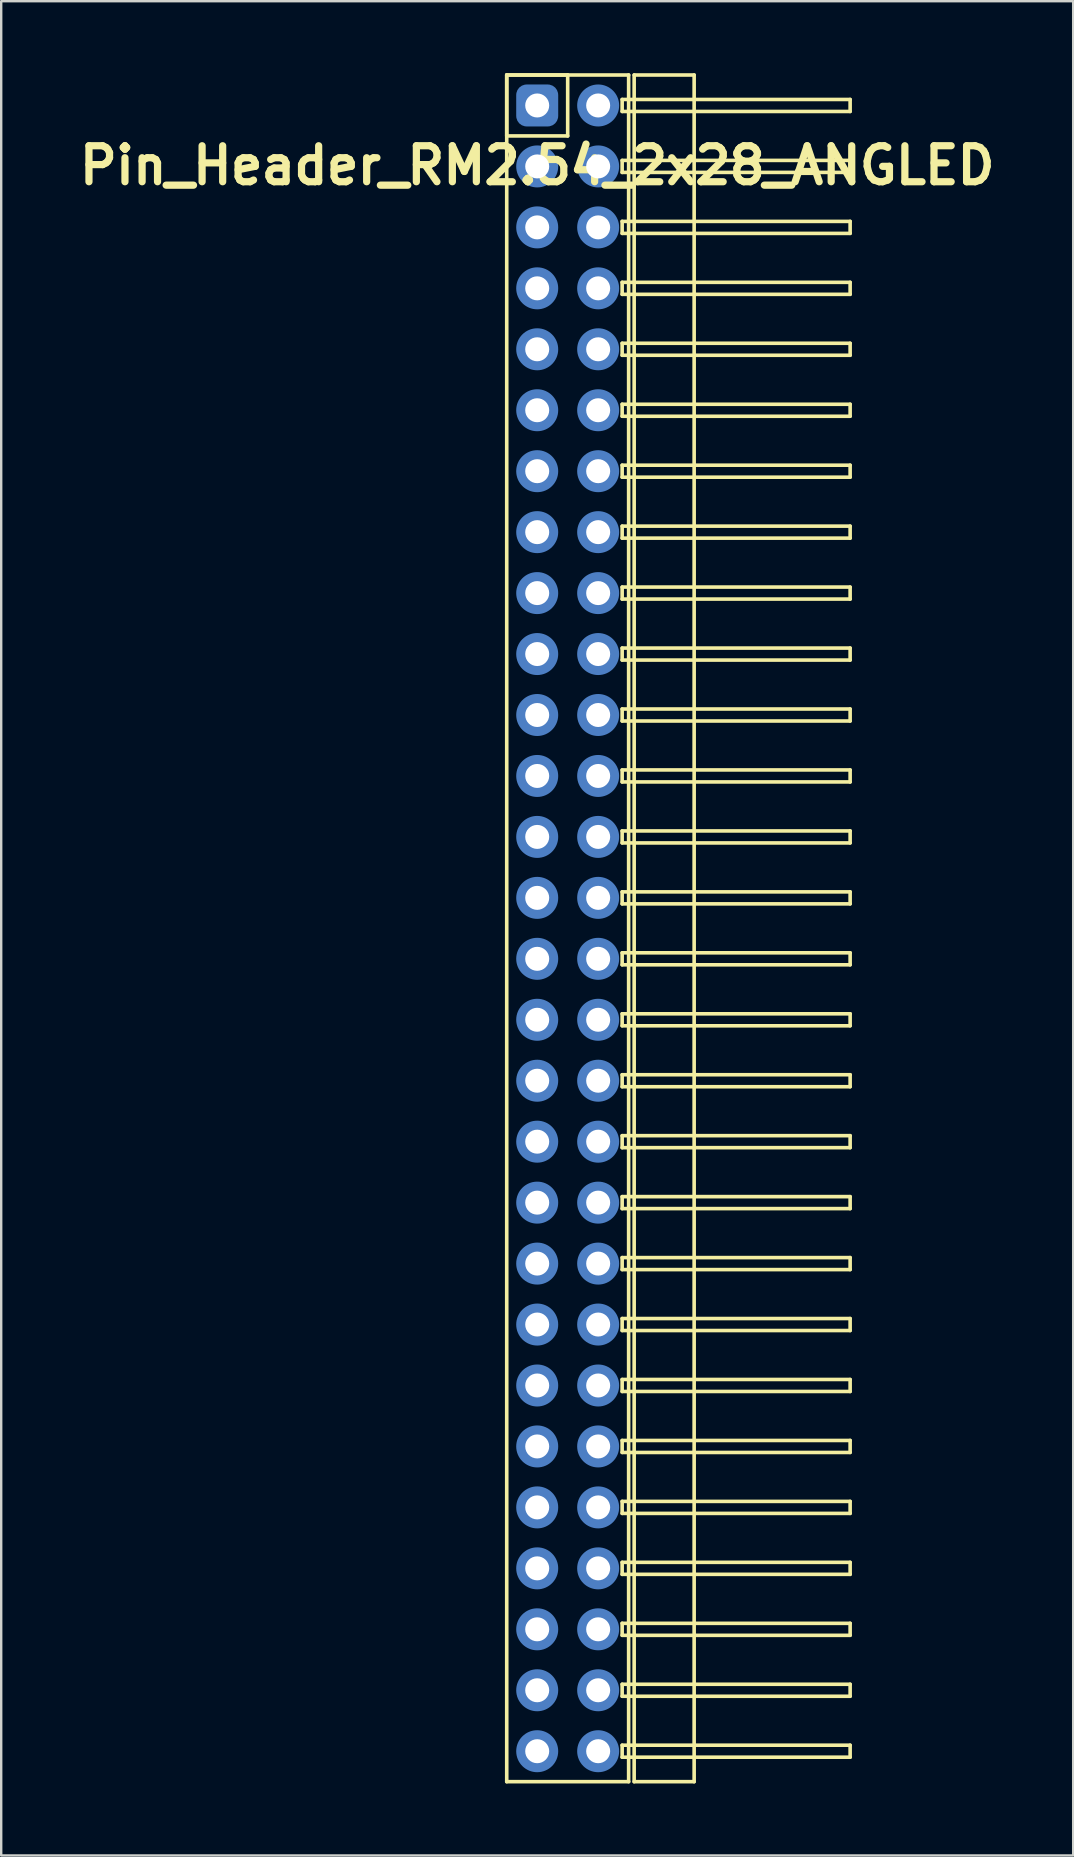
<source format=kicad_pcb>
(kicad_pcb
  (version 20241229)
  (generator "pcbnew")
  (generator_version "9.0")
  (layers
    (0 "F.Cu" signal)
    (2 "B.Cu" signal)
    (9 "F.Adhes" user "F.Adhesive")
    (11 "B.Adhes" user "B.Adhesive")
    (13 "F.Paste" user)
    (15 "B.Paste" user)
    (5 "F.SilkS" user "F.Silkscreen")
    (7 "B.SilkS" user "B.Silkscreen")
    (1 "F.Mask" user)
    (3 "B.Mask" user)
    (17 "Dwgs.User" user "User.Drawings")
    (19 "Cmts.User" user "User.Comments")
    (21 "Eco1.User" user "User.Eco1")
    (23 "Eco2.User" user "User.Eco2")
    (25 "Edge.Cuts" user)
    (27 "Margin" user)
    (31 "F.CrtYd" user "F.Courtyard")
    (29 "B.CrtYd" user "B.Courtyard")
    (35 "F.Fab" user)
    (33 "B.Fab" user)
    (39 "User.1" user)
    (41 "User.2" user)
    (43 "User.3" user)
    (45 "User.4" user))
  (footprint "Pin_Header_RM2.54_2x28_ANGLED"
    (layer "F.Cu")
    (at 19.336 1.345)
    (property "Reference" "Pin_Header_RM2.54_2x28_ANGLED" (at 0 2.5 0) (layer "F.SilkS") (effects (font (size 1.5 1.5) (thickness 0.3))))
    (attr through_hole)
    (fp_line (start -1.27 -1.27) (end 1.27 -1.27) (stroke (width 0.15) (type solid)) (layer "F.SilkS"))
    (fp_line (start -1.27 -1.27) (end 3.81 -1.27) (stroke (width 0.15) (type solid)) (layer "F.SilkS"))
    (fp_line (start -1.27 1.27) (end -1.27 -1.27) (stroke (width 0.15) (type solid)) (layer "F.SilkS"))
    (fp_line (start -1.27 69.85) (end -1.27 -1.27) (stroke (width 0.15) (type solid)) (layer "F.SilkS"))
    (fp_line (start 1.27 -1.27) (end 1.27 1.27) (stroke (width 0.15) (type solid)) (layer "F.SilkS"))
    (fp_line (start 1.27 1.27) (end -1.27 1.27) (stroke (width 0.15) (type solid)) (layer "F.SilkS"))
    (fp_line (start 3.54 -0.25) (end 13.04 -0.25) (stroke (width 0.15) (type solid)) (layer "F.SilkS"))
    (fp_line (start 3.54 0.25) (end 3.54 -0.25) (stroke (width 0.15) (type solid)) (layer "F.SilkS"))
    (fp_line (start 3.54 2.29) (end 13.04 2.29) (stroke (width 0.15) (type solid)) (layer "F.SilkS"))
    (fp_line (start 3.54 2.79) (end 3.54 2.29) (stroke (width 0.15) (type solid)) (layer "F.SilkS"))
    (fp_line (start 3.54 4.83) (end 13.04 4.83) (stroke (width 0.15) (type solid)) (layer "F.SilkS"))
    (fp_line (start 3.54 5.33) (end 3.54 4.83) (stroke (width 0.15) (type solid)) (layer "F.SilkS"))
    (fp_line (start 3.54 7.37) (end 13.04 7.37) (stroke (width 0.15) (type solid)) (layer "F.SilkS"))
    (fp_line (start 3.54 7.87) (end 3.54 7.37) (stroke (width 0.15) (type solid)) (layer "F.SilkS"))
    (fp_line (start 3.54 9.91) (end 13.04 9.91) (stroke (width 0.15) (type solid)) (layer "F.SilkS"))
    (fp_line (start 3.54 10.41) (end 3.54 9.91) (stroke (width 0.15) (type solid)) (layer "F.SilkS"))
    (fp_line (start 3.54 12.45) (end 13.04 12.45) (stroke (width 0.15) (type solid)) (layer "F.SilkS"))
    (fp_line (start 3.54 12.95) (end 3.54 12.45) (stroke (width 0.15) (type solid)) (layer "F.SilkS"))
    (fp_line (start 3.54 14.99) (end 13.04 14.99) (stroke (width 0.15) (type solid)) (layer "F.SilkS"))
    (fp_line (start 3.54 15.49) (end 3.54 14.99) (stroke (width 0.15) (type solid)) (layer "F.SilkS"))
    (fp_line (start 3.54 17.53) (end 13.04 17.53) (stroke (width 0.15) (type solid)) (layer "F.SilkS"))
    (fp_line (start 3.54 18.03) (end 3.54 17.53) (stroke (width 0.15) (type solid)) (layer "F.SilkS"))
    (fp_line (start 3.54 20.07) (end 13.04 20.07) (stroke (width 0.15) (type solid)) (layer "F.SilkS"))
    (fp_line (start 3.54 20.57) (end 3.54 20.07) (stroke (width 0.15) (type solid)) (layer "F.SilkS"))
    (fp_line (start 3.54 22.61) (end 13.04 22.61) (stroke (width 0.15) (type solid)) (layer "F.SilkS"))
    (fp_line (start 3.54 23.11) (end 3.54 22.61) (stroke (width 0.15) (type solid)) (layer "F.SilkS"))
    (fp_line (start 3.54 25.15) (end 13.04 25.15) (stroke (width 0.15) (type solid)) (layer "F.SilkS"))
    (fp_line (start 3.54 25.65) (end 3.54 25.15) (stroke (width 0.15) (type solid)) (layer "F.SilkS"))
    (fp_line (start 3.54 27.69) (end 13.04 27.69) (stroke (width 0.15) (type solid)) (layer "F.SilkS"))
    (fp_line (start 3.54 28.19) (end 3.54 27.69) (stroke (width 0.15) (type solid)) (layer "F.SilkS"))
    (fp_line (start 3.54 30.23) (end 13.04 30.23) (stroke (width 0.15) (type solid)) (layer "F.SilkS"))
    (fp_line (start 3.54 30.73) (end 3.54 30.23) (stroke (width 0.15) (type solid)) (layer "F.SilkS"))
    (fp_line (start 3.54 32.77) (end 13.04 32.77) (stroke (width 0.15) (type solid)) (layer "F.SilkS"))
    (fp_line (start 3.54 33.27) (end 3.54 32.77) (stroke (width 0.15) (type solid)) (layer "F.SilkS"))
    (fp_line (start 3.54 35.31) (end 13.04 35.31) (stroke (width 0.15) (type solid)) (layer "F.SilkS"))
    (fp_line (start 3.54 35.81) (end 3.54 35.31) (stroke (width 0.15) (type solid)) (layer "F.SilkS"))
    (fp_line (start 3.54 37.85) (end 13.04 37.85) (stroke (width 0.15) (type solid)) (layer "F.SilkS"))
    (fp_line (start 3.54 38.35) (end 3.54 37.85) (stroke (width 0.15) (type solid)) (layer "F.SilkS"))
    (fp_line (start 3.54 40.39) (end 13.04 40.39) (stroke (width 0.15) (type solid)) (layer "F.SilkS"))
    (fp_line (start 3.54 40.89) (end 3.54 40.39) (stroke (width 0.15) (type solid)) (layer "F.SilkS"))
    (fp_line (start 3.54 42.93) (end 13.04 42.93) (stroke (width 0.15) (type solid)) (layer "F.SilkS"))
    (fp_line (start 3.54 43.43) (end 3.54 42.93) (stroke (width 0.15) (type solid)) (layer "F.SilkS"))
    (fp_line (start 3.54 45.47) (end 13.04 45.47) (stroke (width 0.15) (type solid)) (layer "F.SilkS"))
    (fp_line (start 3.54 45.97) (end 3.54 45.47) (stroke (width 0.15) (type solid)) (layer "F.SilkS"))
    (fp_line (start 3.54 48.01) (end 13.04 48.01) (stroke (width 0.15) (type solid)) (layer "F.SilkS"))
    (fp_line (start 3.54 48.51) (end 3.54 48.01) (stroke (width 0.15) (type solid)) (layer "F.SilkS"))
    (fp_line (start 3.54 50.55) (end 13.04 50.55) (stroke (width 0.15) (type solid)) (layer "F.SilkS"))
    (fp_line (start 3.54 51.05) (end 3.54 50.55) (stroke (width 0.15) (type solid)) (layer "F.SilkS"))
    (fp_line (start 3.54 53.09) (end 13.04 53.09) (stroke (width 0.15) (type solid)) (layer "F.SilkS"))
    (fp_line (start 3.54 53.59) (end 3.54 53.09) (stroke (width 0.15) (type solid)) (layer "F.SilkS"))
    (fp_line (start 3.54 55.63) (end 13.04 55.63) (stroke (width 0.15) (type solid)) (layer "F.SilkS"))
    (fp_line (start 3.54 56.13) (end 3.54 55.63) (stroke (width 0.15) (type solid)) (layer "F.SilkS"))
    (fp_line (start 3.54 58.17) (end 13.04 58.17) (stroke (width 0.15) (type solid)) (layer "F.SilkS"))
    (fp_line (start 3.54 58.67) (end 3.54 58.17) (stroke (width 0.15) (type solid)) (layer "F.SilkS"))
    (fp_line (start 3.54 60.71) (end 13.04 60.71) (stroke (width 0.15) (type solid)) (layer "F.SilkS"))
    (fp_line (start 3.54 61.21) (end 3.54 60.71) (stroke (width 0.15) (type solid)) (layer "F.SilkS"))
    (fp_line (start 3.54 63.25) (end 13.04 63.25) (stroke (width 0.15) (type solid)) (layer "F.SilkS"))
    (fp_line (start 3.54 63.75) (end 3.54 63.25) (stroke (width 0.15) (type solid)) (layer "F.SilkS"))
    (fp_line (start 3.54 65.79) (end 13.04 65.79) (stroke (width 0.15) (type solid)) (layer "F.SilkS"))
    (fp_line (start 3.54 66.29) (end 3.54 65.79) (stroke (width 0.15) (type solid)) (layer "F.SilkS"))
    (fp_line (start 3.54 68.33) (end 13.04 68.33) (stroke (width 0.15) (type solid)) (layer "F.SilkS"))
    (fp_line (start 3.54 68.83) (end 3.54 68.33) (stroke (width 0.15) (type solid)) (layer "F.SilkS"))
    (fp_line (start 3.81 -1.27) (end 3.81 69.85) (stroke (width 0.15) (type solid)) (layer "F.SilkS"))
    (fp_line (start 3.81 69.85) (end -1.27 69.85) (stroke (width 0.15) (type solid)) (layer "F.SilkS"))
    (fp_line (start 4.04 -1.27) (end 6.54 -1.27) (stroke (width 0.15) (type solid)) (layer "F.SilkS"))
    (fp_line (start 4.04 69.85) (end 4.04 -1.27) (stroke (width 0.15) (type solid)) (layer "F.SilkS"))
    (fp_line (start 6.54 -1.27) (end 6.54 69.85) (stroke (width 0.15) (type solid)) (layer "F.SilkS"))
    (fp_line (start 6.54 69.85) (end 4.04 69.85) (stroke (width 0.15) (type solid)) (layer "F.SilkS"))
    (fp_line (start 13.04 -0.25) (end 13.04 0.25) (stroke (width 0.15) (type solid)) (layer "F.SilkS"))
    (fp_line (start 13.04 0.25) (end 3.54 0.25) (stroke (width 0.15) (type solid)) (layer "F.SilkS"))
    (fp_line (start 13.04 2.29) (end 13.04 2.79) (stroke (width 0.15) (type solid)) (layer "F.SilkS"))
    (fp_line (start 13.04 2.79) (end 3.54 2.79) (stroke (width 0.15) (type solid)) (layer "F.SilkS"))
    (fp_line (start 13.04 4.83) (end 13.04 5.33) (stroke (width 0.15) (type solid)) (layer "F.SilkS"))
    (fp_line (start 13.04 5.33) (end 3.54 5.33) (stroke (width 0.15) (type solid)) (layer "F.SilkS"))
    (fp_line (start 13.04 7.37) (end 13.04 7.87) (stroke (width 0.15) (type solid)) (layer "F.SilkS"))
    (fp_line (start 13.04 7.87) (end 3.54 7.87) (stroke (width 0.15) (type solid)) (layer "F.SilkS"))
    (fp_line (start 13.04 9.91) (end 13.04 10.41) (stroke (width 0.15) (type solid)) (layer "F.SilkS"))
    (fp_line (start 13.04 10.41) (end 3.54 10.41) (stroke (width 0.15) (type solid)) (layer "F.SilkS"))
    (fp_line (start 13.04 12.45) (end 13.04 12.95) (stroke (width 0.15) (type solid)) (layer "F.SilkS"))
    (fp_line (start 13.04 12.95) (end 3.54 12.95) (stroke (width 0.15) (type solid)) (layer "F.SilkS"))
    (fp_line (start 13.04 14.99) (end 13.04 15.49) (stroke (width 0.15) (type solid)) (layer "F.SilkS"))
    (fp_line (start 13.04 15.49) (end 3.54 15.49) (stroke (width 0.15) (type solid)) (layer "F.SilkS"))
    (fp_line (start 13.04 17.53) (end 13.04 18.03) (stroke (width 0.15) (type solid)) (layer "F.SilkS"))
    (fp_line (start 13.04 18.03) (end 3.54 18.03) (stroke (width 0.15) (type solid)) (layer "F.SilkS"))
    (fp_line (start 13.04 20.07) (end 13.04 20.57) (stroke (width 0.15) (type solid)) (layer "F.SilkS"))
    (fp_line (start 13.04 20.57) (end 3.54 20.57) (stroke (width 0.15) (type solid)) (layer "F.SilkS"))
    (fp_line (start 13.04 22.61) (end 13.04 23.11) (stroke (width 0.15) (type solid)) (layer "F.SilkS"))
    (fp_line (start 13.04 23.11) (end 3.54 23.11) (stroke (width 0.15) (type solid)) (layer "F.SilkS"))
    (fp_line (start 13.04 25.15) (end 13.04 25.65) (stroke (width 0.15) (type solid)) (layer "F.SilkS"))
    (fp_line (start 13.04 25.65) (end 3.54 25.65) (stroke (width 0.15) (type solid)) (layer "F.SilkS"))
    (fp_line (start 13.04 27.69) (end 13.04 28.19) (stroke (width 0.15) (type solid)) (layer "F.SilkS"))
    (fp_line (start 13.04 28.19) (end 3.54 28.19) (stroke (width 0.15) (type solid)) (layer "F.SilkS"))
    (fp_line (start 13.04 30.23) (end 13.04 30.73) (stroke (width 0.15) (type solid)) (layer "F.SilkS"))
    (fp_line (start 13.04 30.73) (end 3.54 30.73) (stroke (width 0.15) (type solid)) (layer "F.SilkS"))
    (fp_line (start 13.04 32.77) (end 13.04 33.27) (stroke (width 0.15) (type solid)) (layer "F.SilkS"))
    (fp_line (start 13.04 33.27) (end 3.54 33.27) (stroke (width 0.15) (type solid)) (layer "F.SilkS"))
    (fp_line (start 13.04 35.31) (end 13.04 35.81) (stroke (width 0.15) (type solid)) (layer "F.SilkS"))
    (fp_line (start 13.04 35.81) (end 3.54 35.81) (stroke (width 0.15) (type solid)) (layer "F.SilkS"))
    (fp_line (start 13.04 37.85) (end 13.04 38.35) (stroke (width 0.15) (type solid)) (layer "F.SilkS"))
    (fp_line (start 13.04 38.35) (end 3.54 38.35) (stroke (width 0.15) (type solid)) (layer "F.SilkS"))
    (fp_line (start 13.04 40.39) (end 13.04 40.89) (stroke (width 0.15) (type solid)) (layer "F.SilkS"))
    (fp_line (start 13.04 40.89) (end 3.54 40.89) (stroke (width 0.15) (type solid)) (layer "F.SilkS"))
    (fp_line (start 13.04 42.93) (end 13.04 43.43) (stroke (width 0.15) (type solid)) (layer "F.SilkS"))
    (fp_line (start 13.04 43.43) (end 3.54 43.43) (stroke (width 0.15) (type solid)) (layer "F.SilkS"))
    (fp_line (start 13.04 45.47) (end 13.04 45.97) (stroke (width 0.15) (type solid)) (layer "F.SilkS"))
    (fp_line (start 13.04 45.97) (end 3.54 45.97) (stroke (width 0.15) (type solid)) (layer "F.SilkS"))
    (fp_line (start 13.04 48.01) (end 13.04 48.51) (stroke (width 0.15) (type solid)) (layer "F.SilkS"))
    (fp_line (start 13.04 48.51) (end 3.54 48.51) (stroke (width 0.15) (type solid)) (layer "F.SilkS"))
    (fp_line (start 13.04 50.55) (end 13.04 51.05) (stroke (width 0.15) (type solid)) (layer "F.SilkS"))
    (fp_line (start 13.04 51.05) (end 3.54 51.05) (stroke (width 0.15) (type solid)) (layer "F.SilkS"))
    (fp_line (start 13.04 53.09) (end 13.04 53.59) (stroke (width 0.15) (type solid)) (layer "F.SilkS"))
    (fp_line (start 13.04 53.59) (end 3.54 53.59) (stroke (width 0.15) (type solid)) (layer "F.SilkS"))
    (fp_line (start 13.04 55.63) (end 13.04 56.13) (stroke (width 0.15) (type solid)) (layer "F.SilkS"))
    (fp_line (start 13.04 56.13) (end 3.54 56.13) (stroke (width 0.15) (type solid)) (layer "F.SilkS"))
    (fp_line (start 13.04 58.17) (end 13.04 58.67) (stroke (width 0.15) (type solid)) (layer "F.SilkS"))
    (fp_line (start 13.04 58.67) (end 3.54 58.67) (stroke (width 0.15) (type solid)) (layer "F.SilkS"))
    (fp_line (start 13.04 60.71) (end 13.04 61.21) (stroke (width 0.15) (type solid)) (layer "F.SilkS"))
    (fp_line (start 13.04 61.21) (end 3.54 61.21) (stroke (width 0.15) (type solid)) (layer "F.SilkS"))
    (fp_line (start 13.04 63.25) (end 13.04 63.75) (stroke (width 0.15) (type solid)) (layer "F.SilkS"))
    (fp_line (start 13.04 63.75) (end 3.54 63.75) (stroke (width 0.15) (type solid)) (layer "F.SilkS"))
    (fp_line (start 13.04 65.79) (end 13.04 66.29) (stroke (width 0.15) (type solid)) (layer "F.SilkS"))
    (fp_line (start 13.04 66.29) (end 3.54 66.29) (stroke (width 0.15) (type solid)) (layer "F.SilkS"))
    (fp_line (start 13.04 68.33) (end 13.04 68.83) (stroke (width 0.15) (type solid)) (layer "F.SilkS"))
    (fp_line (start 13.04 68.83) (end 3.54 68.83) (stroke (width 0.15) (type solid)) (layer "F.SilkS"))
    (pad "1" thru_hole circle (at 0 0) (size 1.3 1.3) (drill 1) (layers "*.Cu" "*.Mask"))
    (pad "1" smd roundrect (at 0 0) (size 1.5 1.5) (layers "F.Cu" "F.Mask") (roundrect_rratio 0.25))
    (pad "1" smd roundrect (at 0 0) (size 1.75 1.75) (layers "B.Cu" "B.Mask") (roundrect_rratio 0.25))
    (pad "2" thru_hole circle (at 2.54 0) (size 1.3 1.3) (drill 1) (layers "*.Cu" "*.Mask"))
    (pad "2" smd circle (at 2.54 0) (size 1.5 1.5) (layers "F.Cu" "F.Mask"))
    (pad "2" smd circle (at 2.54 0) (size 1.75 1.75) (layers "B.Cu" "B.Mask"))
    (pad "3" thru_hole circle (at 0 2.54) (size 1.3 1.3) (drill 1) (layers "*.Cu" "*.Mask"))
    (pad "3" smd circle (at 0 2.54) (size 1.5 1.5) (layers "F.Cu" "F.Mask"))
    (pad "3" smd circle (at 0 2.54) (size 1.75 1.75) (layers "B.Cu" "B.Mask"))
    (pad "4" thru_hole circle (at 2.54 2.54) (size 1.3 1.3) (drill 1) (layers "*.Cu" "*.Mask"))
    (pad "4" smd circle (at 2.54 2.54) (size 1.5 1.5) (layers "F.Cu" "F.Mask"))
    (pad "4" smd circle (at 2.54 2.54) (size 1.75 1.75) (layers "B.Cu" "B.Mask"))
    (pad "5" thru_hole circle (at 0 5.08) (size 1.3 1.3) (drill 1) (layers "*.Cu" "*.Mask"))
    (pad "5" smd circle (at 0 5.08) (size 1.5 1.5) (layers "F.Cu" "F.Mask"))
    (pad "5" smd circle (at 0 5.08) (size 1.75 1.75) (layers "B.Cu" "B.Mask"))
    (pad "6" thru_hole circle (at 2.54 5.08) (size 1.3 1.3) (drill 1) (layers "*.Cu" "*.Mask"))
    (pad "6" smd circle (at 2.54 5.08) (size 1.5 1.5) (layers "F.Cu" "F.Mask"))
    (pad "6" smd circle (at 2.54 5.08) (size 1.75 1.75) (layers "B.Cu" "B.Mask"))
    (pad "7" thru_hole circle (at 0 7.62) (size 1.3 1.3) (drill 1) (layers "*.Cu" "*.Mask"))
    (pad "7" smd circle (at 0 7.62) (size 1.5 1.5) (layers "F.Cu" "F.Mask"))
    (pad "7" smd circle (at 0 7.62) (size 1.75 1.75) (layers "B.Cu" "B.Mask"))
    (pad "8" thru_hole circle (at 2.54 7.62) (size 1.3 1.3) (drill 1) (layers "*.Cu" "*.Mask"))
    (pad "8" smd circle (at 2.54 7.62) (size 1.5 1.5) (layers "F.Cu" "F.Mask"))
    (pad "8" smd circle (at 2.54 7.62) (size 1.75 1.75) (layers "B.Cu" "B.Mask"))
    (pad "9" thru_hole circle (at 0 10.16) (size 1.3 1.3) (drill 1) (layers "*.Cu" "*.Mask"))
    (pad "9" smd circle (at 0 10.16) (size 1.5 1.5) (layers "F.Cu" "F.Mask"))
    (pad "9" smd circle (at 0 10.16) (size 1.75 1.75) (layers "B.Cu" "B.Mask"))
    (pad "10" thru_hole circle (at 2.54 10.16) (size 1.3 1.3) (drill 1) (layers "*.Cu" "*.Mask"))
    (pad "10" smd circle (at 2.54 10.16) (size 1.5 1.5) (layers "F.Cu" "F.Mask"))
    (pad "10" smd circle (at 2.54 10.16) (size 1.75 1.75) (layers "B.Cu" "B.Mask"))
    (pad "11" thru_hole circle (at 0 12.7) (size 1.3 1.3) (drill 1) (layers "*.Cu" "*.Mask"))
    (pad "11" smd circle (at 0 12.7) (size 1.5 1.5) (layers "F.Cu" "F.Mask"))
    (pad "11" smd circle (at 0 12.7) (size 1.75 1.75) (layers "B.Cu" "B.Mask"))
    (pad "12" thru_hole circle (at 2.54 12.7) (size 1.3 1.3) (drill 1) (layers "*.Cu" "*.Mask"))
    (pad "12" smd circle (at 2.54 12.7) (size 1.5 1.5) (layers "F.Cu" "F.Mask"))
    (pad "12" smd circle (at 2.54 12.7) (size 1.75 1.75) (layers "B.Cu" "B.Mask"))
    (pad "13" thru_hole circle (at 0 15.24) (size 1.3 1.3) (drill 1) (layers "*.Cu" "*.Mask"))
    (pad "13" smd circle (at 0 15.24) (size 1.5 1.5) (layers "F.Cu" "F.Mask"))
    (pad "13" smd circle (at 0 15.24) (size 1.75 1.75) (layers "B.Cu" "B.Mask"))
    (pad "14" thru_hole circle (at 2.54 15.24) (size 1.3 1.3) (drill 1) (layers "*.Cu" "*.Mask"))
    (pad "14" smd circle (at 2.54 15.24) (size 1.5 1.5) (layers "F.Cu" "F.Mask"))
    (pad "14" smd circle (at 2.54 15.24) (size 1.75 1.75) (layers "B.Cu" "B.Mask"))
    (pad "15" thru_hole circle (at 0 17.78) (size 1.3 1.3) (drill 1) (layers "*.Cu" "*.Mask"))
    (pad "15" smd circle (at 0 17.78) (size 1.5 1.5) (layers "F.Cu" "F.Mask"))
    (pad "15" smd circle (at 0 17.78) (size 1.75 1.75) (layers "B.Cu" "B.Mask"))
    (pad "16" thru_hole circle (at 2.54 17.78) (size 1.3 1.3) (drill 1) (layers "*.Cu" "*.Mask"))
    (pad "16" smd circle (at 2.54 17.78) (size 1.5 1.5) (layers "F.Cu" "F.Mask"))
    (pad "16" smd circle (at 2.54 17.78) (size 1.75 1.75) (layers "B.Cu" "B.Mask"))
    (pad "17" thru_hole circle (at 0 20.32) (size 1.3 1.3) (drill 1) (layers "*.Cu" "*.Mask"))
    (pad "17" smd circle (at 0 20.32) (size 1.5 1.5) (layers "F.Cu" "F.Mask"))
    (pad "17" smd circle (at 0 20.32) (size 1.75 1.75) (layers "B.Cu" "B.Mask"))
    (pad "18" thru_hole circle (at 2.54 20.32) (size 1.3 1.3) (drill 1) (layers "*.Cu" "*.Mask"))
    (pad "18" smd circle (at 2.54 20.32) (size 1.5 1.5) (layers "F.Cu" "F.Mask"))
    (pad "18" smd circle (at 2.54 20.32) (size 1.75 1.75) (layers "B.Cu" "B.Mask"))
    (pad "19" thru_hole circle (at 0 22.86) (size 1.3 1.3) (drill 1) (layers "*.Cu" "*.Mask"))
    (pad "19" smd circle (at 0 22.86) (size 1.5 1.5) (layers "F.Cu" "F.Mask"))
    (pad "19" smd circle (at 0 22.86) (size 1.75 1.75) (layers "B.Cu" "B.Mask"))
    (pad "20" thru_hole circle (at 2.54 22.86) (size 1.3 1.3) (drill 1) (layers "*.Cu" "*.Mask"))
    (pad "20" smd circle (at 2.54 22.86) (size 1.5 1.5) (layers "F.Cu" "F.Mask"))
    (pad "20" smd circle (at 2.54 22.86) (size 1.75 1.75) (layers "B.Cu" "B.Mask"))
    (pad "21" thru_hole circle (at 0 25.4) (size 1.3 1.3) (drill 1) (layers "*.Cu" "*.Mask"))
    (pad "21" smd circle (at 0 25.4) (size 1.5 1.5) (layers "F.Cu" "F.Mask"))
    (pad "21" smd circle (at 0 25.4) (size 1.75 1.75) (layers "B.Cu" "B.Mask"))
    (pad "22" thru_hole circle (at 2.54 25.4) (size 1.3 1.3) (drill 1) (layers "*.Cu" "*.Mask"))
    (pad "22" smd circle (at 2.54 25.4) (size 1.5 1.5) (layers "F.Cu" "F.Mask"))
    (pad "22" smd circle (at 2.54 25.4) (size 1.75 1.75) (layers "B.Cu" "B.Mask"))
    (pad "23" thru_hole circle (at 0 27.94) (size 1.3 1.3) (drill 1) (layers "*.Cu" "*.Mask"))
    (pad "23" smd circle (at 0 27.94) (size 1.5 1.5) (layers "F.Cu" "F.Mask"))
    (pad "23" smd circle (at 0 27.94) (size 1.75 1.75) (layers "B.Cu" "B.Mask"))
    (pad "24" thru_hole circle (at 2.54 27.94) (size 1.3 1.3) (drill 1) (layers "*.Cu" "*.Mask"))
    (pad "24" smd circle (at 2.54 27.94) (size 1.5 1.5) (layers "F.Cu" "F.Mask"))
    (pad "24" smd circle (at 2.54 27.94) (size 1.75 1.75) (layers "B.Cu" "B.Mask"))
    (pad "25" thru_hole circle (at 0 30.48) (size 1.3 1.3) (drill 1) (layers "*.Cu" "*.Mask"))
    (pad "25" smd circle (at 0 30.48) (size 1.5 1.5) (layers "F.Cu" "F.Mask"))
    (pad "25" smd circle (at 0 30.48) (size 1.75 1.75) (layers "B.Cu" "B.Mask"))
    (pad "26" thru_hole circle (at 2.54 30.48) (size 1.3 1.3) (drill 1) (layers "*.Cu" "*.Mask"))
    (pad "26" smd circle (at 2.54 30.48) (size 1.5 1.5) (layers "F.Cu" "F.Mask"))
    (pad "26" smd circle (at 2.54 30.48) (size 1.75 1.75) (layers "B.Cu" "B.Mask"))
    (pad "27" thru_hole circle (at 0 33.02) (size 1.3 1.3) (drill 1) (layers "*.Cu" "*.Mask"))
    (pad "27" smd circle (at 0 33.02) (size 1.5 1.5) (layers "F.Cu" "F.Mask"))
    (pad "27" smd circle (at 0 33.02) (size 1.75 1.75) (layers "B.Cu" "B.Mask"))
    (pad "28" thru_hole circle (at 2.54 33.02) (size 1.3 1.3) (drill 1) (layers "*.Cu" "*.Mask"))
    (pad "28" smd circle (at 2.54 33.02) (size 1.5 1.5) (layers "F.Cu" "F.Mask"))
    (pad "28" smd circle (at 2.54 33.02) (size 1.75 1.75) (layers "B.Cu" "B.Mask"))
    (pad "29" thru_hole circle (at 0 35.56) (size 1.3 1.3) (drill 1) (layers "*.Cu" "*.Mask"))
    (pad "29" smd circle (at 0 35.56) (size 1.5 1.5) (layers "F.Cu" "F.Mask"))
    (pad "29" smd circle (at 0 35.56) (size 1.75 1.75) (layers "B.Cu" "B.Mask"))
    (pad "30" thru_hole circle (at 2.54 35.56) (size 1.3 1.3) (drill 1) (layers "*.Cu" "*.Mask"))
    (pad "30" smd circle (at 2.54 35.56) (size 1.5 1.5) (layers "F.Cu" "F.Mask"))
    (pad "30" smd circle (at 2.54 35.56) (size 1.75 1.75) (layers "B.Cu" "B.Mask"))
    (pad "31" thru_hole circle (at 0 38.1) (size 1.3 1.3) (drill 1) (layers "*.Cu" "*.Mask"))
    (pad "31" smd circle (at 0 38.1) (size 1.5 1.5) (layers "F.Cu" "F.Mask"))
    (pad "31" smd circle (at 0 38.1) (size 1.75 1.75) (layers "B.Cu" "B.Mask"))
    (pad "32" thru_hole circle (at 2.54 38.1) (size 1.3 1.3) (drill 1) (layers "*.Cu" "*.Mask"))
    (pad "32" smd circle (at 2.54 38.1) (size 1.5 1.5) (layers "F.Cu" "F.Mask"))
    (pad "32" smd circle (at 2.54 38.1) (size 1.75 1.75) (layers "B.Cu" "B.Mask"))
    (pad "33" thru_hole circle (at 0 40.64) (size 1.3 1.3) (drill 1) (layers "*.Cu" "*.Mask"))
    (pad "33" smd circle (at 0 40.64) (size 1.5 1.5) (layers "F.Cu" "F.Mask"))
    (pad "33" smd circle (at 0 40.64) (size 1.75 1.75) (layers "B.Cu" "B.Mask"))
    (pad "34" thru_hole circle (at 2.54 40.64) (size 1.3 1.3) (drill 1) (layers "*.Cu" "*.Mask"))
    (pad "34" smd circle (at 2.54 40.64) (size 1.5 1.5) (layers "F.Cu" "F.Mask"))
    (pad "34" smd circle (at 2.54 40.64) (size 1.75 1.75) (layers "B.Cu" "B.Mask"))
    (pad "35" thru_hole circle (at 0 43.18) (size 1.3 1.3) (drill 1) (layers "*.Cu" "*.Mask"))
    (pad "35" smd circle (at 0 43.18) (size 1.5 1.5) (layers "F.Cu" "F.Mask"))
    (pad "35" smd circle (at 0 43.18) (size 1.75 1.75) (layers "B.Cu" "B.Mask"))
    (pad "36" thru_hole circle (at 2.54 43.18) (size 1.3 1.3) (drill 1) (layers "*.Cu" "*.Mask"))
    (pad "36" smd circle (at 2.54 43.18) (size 1.5 1.5) (layers "F.Cu" "F.Mask"))
    (pad "36" smd circle (at 2.54 43.18) (size 1.75 1.75) (layers "B.Cu" "B.Mask"))
    (pad "37" thru_hole circle (at 0 45.72) (size 1.3 1.3) (drill 1) (layers "*.Cu" "*.Mask"))
    (pad "37" smd circle (at 0 45.72) (size 1.5 1.5) (layers "F.Cu" "F.Mask"))
    (pad "37" smd circle (at 0 45.72) (size 1.75 1.75) (layers "B.Cu" "B.Mask"))
    (pad "38" thru_hole circle (at 2.54 45.72) (size 1.3 1.3) (drill 1) (layers "*.Cu" "*.Mask"))
    (pad "38" smd circle (at 2.54 45.72) (size 1.5 1.5) (layers "F.Cu" "F.Mask"))
    (pad "38" smd circle (at 2.54 45.72) (size 1.75 1.75) (layers "B.Cu" "B.Mask"))
    (pad "39" thru_hole circle (at 0 48.26) (size 1.3 1.3) (drill 1) (layers "*.Cu" "*.Mask"))
    (pad "39" smd circle (at 0 48.26) (size 1.5 1.5) (layers "F.Cu" "F.Mask"))
    (pad "39" smd circle (at 0 48.26) (size 1.75 1.75) (layers "B.Cu" "B.Mask"))
    (pad "40" thru_hole circle (at 2.54 48.26) (size 1.3 1.3) (drill 1) (layers "*.Cu" "*.Mask"))
    (pad "40" smd circle (at 2.54 48.26) (size 1.5 1.5) (layers "F.Cu" "F.Mask"))
    (pad "40" smd circle (at 2.54 48.26) (size 1.75 1.75) (layers "B.Cu" "B.Mask"))
    (pad "41" thru_hole circle (at 0 50.8) (size 1.3 1.3) (drill 1) (layers "*.Cu" "*.Mask"))
    (pad "41" smd circle (at 0 50.8) (size 1.5 1.5) (layers "F.Cu" "F.Mask"))
    (pad "41" smd circle (at 0 50.8) (size 1.75 1.75) (layers "B.Cu" "B.Mask"))
    (pad "42" thru_hole circle (at 2.54 50.8) (size 1.3 1.3) (drill 1) (layers "*.Cu" "*.Mask"))
    (pad "42" smd circle (at 2.54 50.8) (size 1.5 1.5) (layers "F.Cu" "F.Mask"))
    (pad "42" smd circle (at 2.54 50.8) (size 1.75 1.75) (layers "B.Cu" "B.Mask"))
    (pad "43" thru_hole circle (at 0 53.34) (size 1.3 1.3) (drill 1) (layers "*.Cu" "*.Mask"))
    (pad "43" smd circle (at 0 53.34) (size 1.5 1.5) (layers "F.Cu" "F.Mask"))
    (pad "43" smd circle (at 0 53.34) (size 1.75 1.75) (layers "B.Cu" "B.Mask"))
    (pad "44" thru_hole circle (at 2.54 53.34) (size 1.3 1.3) (drill 1) (layers "*.Cu" "*.Mask"))
    (pad "44" smd circle (at 2.54 53.34) (size 1.5 1.5) (layers "F.Cu" "F.Mask"))
    (pad "44" smd circle (at 2.54 53.34) (size 1.75 1.75) (layers "B.Cu" "B.Mask"))
    (pad "45" thru_hole circle (at 0 55.88) (size 1.3 1.3) (drill 1) (layers "*.Cu" "*.Mask"))
    (pad "45" smd circle (at 0 55.88) (size 1.5 1.5) (layers "F.Cu" "F.Mask"))
    (pad "45" smd circle (at 0 55.88) (size 1.75 1.75) (layers "B.Cu" "B.Mask"))
    (pad "46" thru_hole circle (at 2.54 55.88) (size 1.3 1.3) (drill 1) (layers "*.Cu" "*.Mask"))
    (pad "46" smd circle (at 2.54 55.88) (size 1.5 1.5) (layers "F.Cu" "F.Mask"))
    (pad "46" smd circle (at 2.54 55.88) (size 1.75 1.75) (layers "B.Cu" "B.Mask"))
    (pad "47" thru_hole circle (at 0 58.42) (size 1.3 1.3) (drill 1) (layers "*.Cu" "*.Mask"))
    (pad "47" smd circle (at 0 58.42) (size 1.5 1.5) (layers "F.Cu" "F.Mask"))
    (pad "47" smd circle (at 0 58.42) (size 1.75 1.75) (layers "B.Cu" "B.Mask"))
    (pad "48" thru_hole circle (at 2.54 58.42) (size 1.3 1.3) (drill 1) (layers "*.Cu" "*.Mask"))
    (pad "48" smd circle (at 2.54 58.42) (size 1.5 1.5) (layers "F.Cu" "F.Mask"))
    (pad "48" smd circle (at 2.54 58.42) (size 1.75 1.75) (layers "B.Cu" "B.Mask"))
    (pad "49" thru_hole circle (at 0 60.96) (size 1.3 1.3) (drill 1) (layers "*.Cu" "*.Mask"))
    (pad "49" smd circle (at 0 60.96) (size 1.5 1.5) (layers "F.Cu" "F.Mask"))
    (pad "49" smd circle (at 0 60.96) (size 1.75 1.75) (layers "B.Cu" "B.Mask"))
    (pad "50" thru_hole circle (at 2.54 60.96) (size 1.3 1.3) (drill 1) (layers "*.Cu" "*.Mask"))
    (pad "50" smd circle (at 2.54 60.96) (size 1.5 1.5) (layers "F.Cu" "F.Mask"))
    (pad "50" smd circle (at 2.54 60.96) (size 1.75 1.75) (layers "B.Cu" "B.Mask"))
    (pad "51" thru_hole circle (at 0 63.5) (size 1.3 1.3) (drill 1) (layers "*.Cu" "*.Mask"))
    (pad "51" smd circle (at 0 63.5) (size 1.5 1.5) (layers "F.Cu" "F.Mask"))
    (pad "51" smd circle (at 0 63.5) (size 1.75 1.75) (layers "B.Cu" "B.Mask"))
    (pad "52" thru_hole circle (at 2.54 63.5) (size 1.3 1.3) (drill 1) (layers "*.Cu" "*.Mask"))
    (pad "52" smd circle (at 2.54 63.5) (size 1.5 1.5) (layers "F.Cu" "F.Mask"))
    (pad "52" smd circle (at 2.54 63.5) (size 1.75 1.75) (layers "B.Cu" "B.Mask"))
    (pad "53" thru_hole circle (at 0 66.04) (size 1.3 1.3) (drill 1) (layers "*.Cu" "*.Mask"))
    (pad "53" smd circle (at 0 66.04) (size 1.5 1.5) (layers "F.Cu" "F.Mask"))
    (pad "53" smd circle (at 0 66.04) (size 1.75 1.75) (layers "B.Cu" "B.Mask"))
    (pad "54" thru_hole circle (at 2.54 66.04) (size 1.3 1.3) (drill 1) (layers "*.Cu" "*.Mask"))
    (pad "54" smd circle (at 2.54 66.04) (size 1.5 1.5) (layers "F.Cu" "F.Mask"))
    (pad "54" smd circle (at 2.54 66.04) (size 1.75 1.75) (layers "B.Cu" "B.Mask"))
    (pad "55" thru_hole circle (at 0 68.58) (size 1.3 1.3) (drill 1) (layers "*.Cu" "*.Mask"))
    (pad "55" smd circle (at 0 68.58) (size 1.5 1.5) (layers "F.Cu" "F.Mask"))
    (pad "55" smd circle (at 0 68.58) (size 1.75 1.75) (layers "B.Cu" "B.Mask"))
    (pad "56" thru_hole circle (at 2.54 68.58) (size 1.3 1.3) (drill 1) (layers "*.Cu" "*.Mask"))
    (pad "56" smd circle (at 2.54 68.58) (size 1.5 1.5) (layers "F.Cu" "F.Mask"))
    (pad "56" smd circle (at 2.54 68.58) (size 1.75 1.75) (layers "B.Cu" "B.Mask")))
  (gr_rect
    (start -3 -3)
    (end 41.671 74.27)
    (stroke (width 0.1) (type default))
    (fill no)
    (layer "Edge.Cuts")))
</source>
